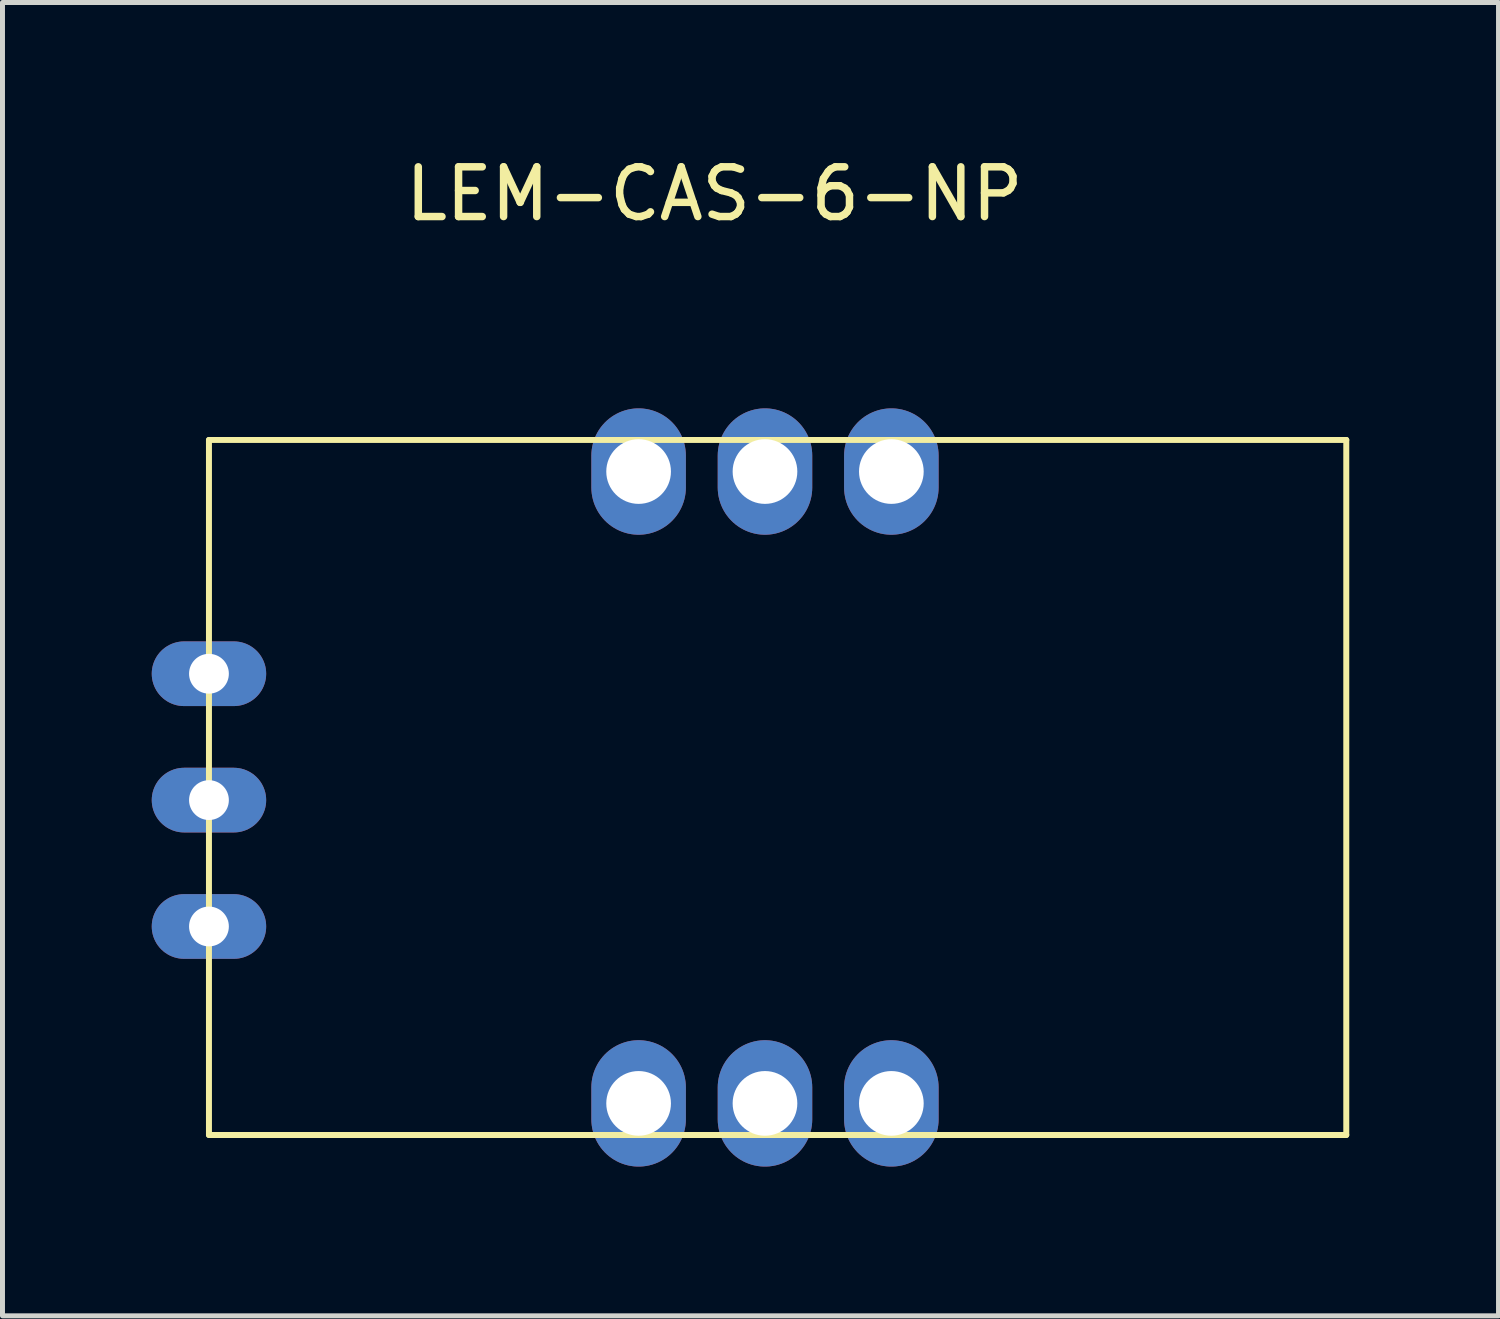
<source format=kicad_pcb>
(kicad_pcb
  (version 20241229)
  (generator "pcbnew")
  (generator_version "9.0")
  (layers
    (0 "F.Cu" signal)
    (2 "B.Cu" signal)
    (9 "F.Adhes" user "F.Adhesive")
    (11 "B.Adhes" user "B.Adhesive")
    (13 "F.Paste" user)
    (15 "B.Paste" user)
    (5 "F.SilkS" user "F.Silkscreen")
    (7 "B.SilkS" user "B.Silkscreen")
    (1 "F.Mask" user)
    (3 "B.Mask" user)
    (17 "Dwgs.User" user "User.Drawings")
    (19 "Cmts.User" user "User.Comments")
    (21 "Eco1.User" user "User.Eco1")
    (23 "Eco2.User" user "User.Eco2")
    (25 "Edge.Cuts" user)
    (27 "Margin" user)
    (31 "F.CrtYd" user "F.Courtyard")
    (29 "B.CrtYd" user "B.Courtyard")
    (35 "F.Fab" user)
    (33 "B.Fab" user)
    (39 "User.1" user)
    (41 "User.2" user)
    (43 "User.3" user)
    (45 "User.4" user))
  (footprint "LEM-CAS-6-NP"
    (layer "F.Cu")
    (at 11.31 1.348)
    (property "Reference" "LEM-CAS-6-NP" (at 0 -0.5 0) (unlocked yes) (layer "F.SilkS") (effects (font (size 1 1) (thickness 0.15))))
    (attr through_hole)
    (fp_rect (start -10.16 4.445) (end 12.7 4.445) (stroke (width 0.12) (type solid)) (fill no) (layer "F.SilkS"))
    (fp_rect (start -10.16 18.415) (end -10.16 4.445) (stroke (width 0.12) (type solid)) (fill no) (layer "F.SilkS"))
    (fp_rect (start -10.16 18.415) (end 12.7 18.415) (stroke (width 0.12) (type solid)) (fill no) (layer "F.SilkS"))
    (fp_rect (start 12.7 4.445) (end 12.7 18.415) (stroke (width 0.12) (type solid)) (fill no) (layer "F.SilkS"))
    (pad "1" thru_hole oval (at -10.16 9.144) (size 2.3 1.3) (drill oval 0.8) (layers "*.Cu" "*.Mask"))
    (pad "2" thru_hole oval (at -10.16 11.684) (size 2.3 1.3) (drill oval 0.8) (layers "*.Cu" "*.Mask"))
    (pad "3" thru_hole oval (at -10.16 14.224) (size 2.3 1.3) (drill oval 0.8) (layers "*.Cu" "*.Mask"))
    (pad "4" thru_hole oval (at -1.524 5.08) (size 1.9 2.54) (drill 1.3) (layers "*.Cu" "*.Mask"))
    (pad "5" thru_hole oval (at 1.016 5.08) (size 1.9 2.54) (drill 1.3) (layers "*.Cu" "*.Mask"))
    (pad "6" thru_hole oval (at 3.556 5.08) (size 1.9 2.54) (drill 1.3) (layers "*.Cu" "*.Mask"))
    (pad "7" thru_hole oval (at -1.524 17.78) (size 1.9 2.54) (drill 1.3) (layers "*.Cu" "*.Mask"))
    (pad "8" thru_hole oval (at 1.016 17.78) (size 1.9 2.54) (drill 1.3) (layers "*.Cu" "*.Mask"))
    (pad "9" thru_hole oval (at 3.556 17.78) (size 1.9 2.54) (drill 1.3) (layers "*.Cu" "*.Mask")))
  (gr_rect
    (start -3 -3)
    (end 27.07 23.398)
    (stroke (width 0.1) (type default))
    (fill no)
    (layer "Edge.Cuts")))
</source>
